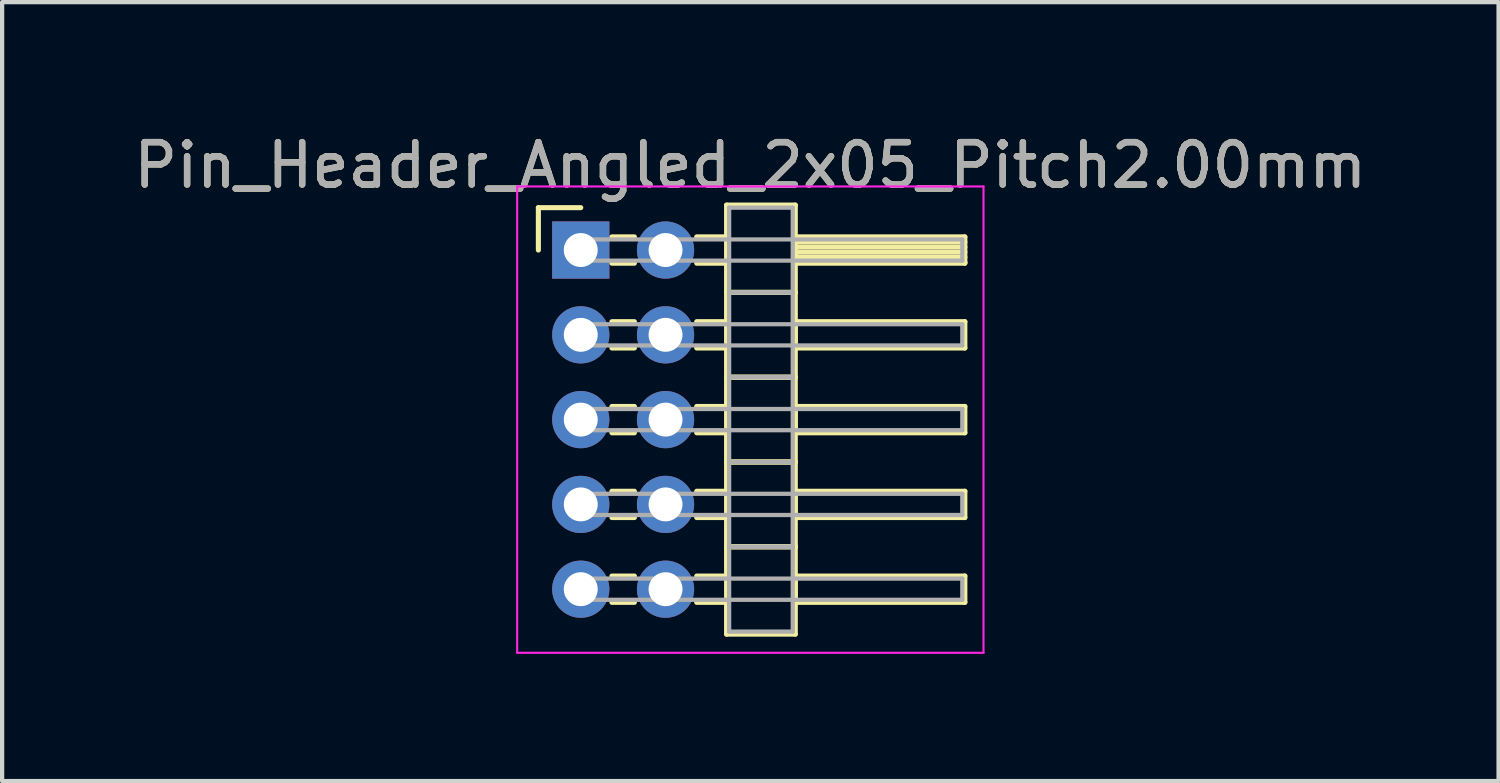
<source format=kicad_pcb>
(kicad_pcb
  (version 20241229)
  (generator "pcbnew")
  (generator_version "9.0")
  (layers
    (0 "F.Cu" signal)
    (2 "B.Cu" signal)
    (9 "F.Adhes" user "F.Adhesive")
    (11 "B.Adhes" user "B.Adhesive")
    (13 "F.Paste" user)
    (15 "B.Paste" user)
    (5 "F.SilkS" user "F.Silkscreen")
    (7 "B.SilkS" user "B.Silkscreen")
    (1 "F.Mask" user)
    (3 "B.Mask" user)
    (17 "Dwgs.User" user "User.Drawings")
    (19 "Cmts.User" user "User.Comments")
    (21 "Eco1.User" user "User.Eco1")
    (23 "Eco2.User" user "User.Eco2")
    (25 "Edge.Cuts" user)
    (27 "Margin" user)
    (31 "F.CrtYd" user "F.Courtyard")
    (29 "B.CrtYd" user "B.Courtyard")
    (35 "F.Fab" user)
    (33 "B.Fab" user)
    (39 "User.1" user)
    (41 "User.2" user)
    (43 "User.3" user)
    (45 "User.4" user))
  (footprint "Pin_Header_Angled_2x05_Pitch2.00mm"
    (layer "F.Cu")
    (at 10.649 2.848)
    (property "Reference" "Pin_Header_Angled_2x05_Pitch2.00mm" (at 4 -2 0) (layer "F.SilkS") (effects (font (size 1 1) (thickness 0.15))))
    (attr through_hole)
    (fp_line (start -1 -1) (end 0 -1) (stroke (width 0.12) (type solid)) (layer "F.SilkS"))
    (fp_line (start -1 0) (end -1 -1) (stroke (width 0.12) (type solid)) (layer "F.SilkS"))
    (fp_line (start 0.735 -0.31) (end 1.265 -0.31) (stroke (width 0.12) (type solid)) (layer "F.SilkS"))
    (fp_line (start 0.735 0.31) (end 1.265 0.31) (stroke (width 0.12) (type solid)) (layer "F.SilkS"))
    (fp_line (start 0.735 1.69) (end 1.265 1.69) (stroke (width 0.12) (type solid)) (layer "F.SilkS"))
    (fp_line (start 0.735 2.31) (end 1.265 2.31) (stroke (width 0.12) (type solid)) (layer "F.SilkS"))
    (fp_line (start 0.735 3.69) (end 1.265 3.69) (stroke (width 0.12) (type solid)) (layer "F.SilkS"))
    (fp_line (start 0.735 4.31) (end 1.265 4.31) (stroke (width 0.12) (type solid)) (layer "F.SilkS"))
    (fp_line (start 0.735 5.69) (end 1.265 5.69) (stroke (width 0.12) (type solid)) (layer "F.SilkS"))
    (fp_line (start 0.735 6.31) (end 1.265 6.31) (stroke (width 0.12) (type solid)) (layer "F.SilkS"))
    (fp_line (start 0.735 7.69) (end 1.265 7.69) (stroke (width 0.12) (type solid)) (layer "F.SilkS"))
    (fp_line (start 0.735 8.31) (end 1.265 8.31) (stroke (width 0.12) (type solid)) (layer "F.SilkS"))
    (fp_line (start 2.735 -0.31) (end 3.44 -0.31) (stroke (width 0.12) (type solid)) (layer "F.SilkS"))
    (fp_line (start 2.735 0.31) (end 3.44 0.31) (stroke (width 0.12) (type solid)) (layer "F.SilkS"))
    (fp_line (start 2.735 1.69) (end 3.44 1.69) (stroke (width 0.12) (type solid)) (layer "F.SilkS"))
    (fp_line (start 2.735 2.31) (end 3.44 2.31) (stroke (width 0.12) (type solid)) (layer "F.SilkS"))
    (fp_line (start 2.735 3.69) (end 3.44 3.69) (stroke (width 0.12) (type solid)) (layer "F.SilkS"))
    (fp_line (start 2.735 4.31) (end 3.44 4.31) (stroke (width 0.12) (type solid)) (layer "F.SilkS"))
    (fp_line (start 2.735 5.69) (end 3.44 5.69) (stroke (width 0.12) (type solid)) (layer "F.SilkS"))
    (fp_line (start 2.735 6.31) (end 3.44 6.31) (stroke (width 0.12) (type solid)) (layer "F.SilkS"))
    (fp_line (start 2.735 7.69) (end 3.44 7.69) (stroke (width 0.12) (type solid)) (layer "F.SilkS"))
    (fp_line (start 2.735 8.31) (end 3.44 8.31) (stroke (width 0.12) (type solid)) (layer "F.SilkS"))
    (fp_line (start 3.44 -1.06) (end 3.44 1) (stroke (width 0.12) (type solid)) (layer "F.SilkS"))
    (fp_line (start 3.44 1) (end 3.44 3) (stroke (width 0.12) (type solid)) (layer "F.SilkS"))
    (fp_line (start 3.44 1) (end 5.06 1) (stroke (width 0.12) (type solid)) (layer "F.SilkS"))
    (fp_line (start 3.44 3) (end 3.44 5) (stroke (width 0.12) (type solid)) (layer "F.SilkS"))
    (fp_line (start 3.44 3) (end 5.06 3) (stroke (width 0.12) (type solid)) (layer "F.SilkS"))
    (fp_line (start 3.44 5) (end 3.44 7) (stroke (width 0.12) (type solid)) (layer "F.SilkS"))
    (fp_line (start 3.44 5) (end 5.06 5) (stroke (width 0.12) (type solid)) (layer "F.SilkS"))
    (fp_line (start 3.44 7) (end 3.44 9.06) (stroke (width 0.12) (type solid)) (layer "F.SilkS"))
    (fp_line (start 3.44 7) (end 5.06 7) (stroke (width 0.12) (type solid)) (layer "F.SilkS"))
    (fp_line (start 3.44 9.06) (end 5.06 9.06) (stroke (width 0.12) (type solid)) (layer "F.SilkS"))
    (fp_line (start 5.06 -1.06) (end 3.44 -1.06) (stroke (width 0.12) (type solid)) (layer "F.SilkS"))
    (fp_line (start 5.06 -0.31) (end 5.06 0.31) (stroke (width 0.12) (type solid)) (layer "F.SilkS"))
    (fp_line (start 5.06 -0.19) (end 9.06 -0.19) (stroke (width 0.12) (type solid)) (layer "F.SilkS"))
    (fp_line (start 5.06 -0.07) (end 9.06 -0.07) (stroke (width 0.12) (type solid)) (layer "F.SilkS"))
    (fp_line (start 5.06 0.05) (end 9.06 0.05) (stroke (width 0.12) (type solid)) (layer "F.SilkS"))
    (fp_line (start 5.06 0.17) (end 9.06 0.17) (stroke (width 0.12) (type solid)) (layer "F.SilkS"))
    (fp_line (start 5.06 0.29) (end 9.06 0.29) (stroke (width 0.12) (type solid)) (layer "F.SilkS"))
    (fp_line (start 5.06 0.31) (end 9.06 0.31) (stroke (width 0.12) (type solid)) (layer "F.SilkS"))
    (fp_line (start 5.06 1) (end 3.44 1) (stroke (width 0.12) (type solid)) (layer "F.SilkS"))
    (fp_line (start 5.06 1) (end 5.06 -1.06) (stroke (width 0.12) (type solid)) (layer "F.SilkS"))
    (fp_line (start 5.06 1.69) (end 5.06 2.31) (stroke (width 0.12) (type solid)) (layer "F.SilkS"))
    (fp_line (start 5.06 2.31) (end 9.06 2.31) (stroke (width 0.12) (type solid)) (layer "F.SilkS"))
    (fp_line (start 5.06 3) (end 3.44 3) (stroke (width 0.12) (type solid)) (layer "F.SilkS"))
    (fp_line (start 5.06 3) (end 5.06 1) (stroke (width 0.12) (type solid)) (layer "F.SilkS"))
    (fp_line (start 5.06 3.69) (end 5.06 4.31) (stroke (width 0.12) (type solid)) (layer "F.SilkS"))
    (fp_line (start 5.06 4.31) (end 9.06 4.31) (stroke (width 0.12) (type solid)) (layer "F.SilkS"))
    (fp_line (start 5.06 5) (end 3.44 5) (stroke (width 0.12) (type solid)) (layer "F.SilkS"))
    (fp_line (start 5.06 5) (end 5.06 3) (stroke (width 0.12) (type solid)) (layer "F.SilkS"))
    (fp_line (start 5.06 5.69) (end 5.06 6.31) (stroke (width 0.12) (type solid)) (layer "F.SilkS"))
    (fp_line (start 5.06 6.31) (end 9.06 6.31) (stroke (width 0.12) (type solid)) (layer "F.SilkS"))
    (fp_line (start 5.06 7) (end 3.44 7) (stroke (width 0.12) (type solid)) (layer "F.SilkS"))
    (fp_line (start 5.06 7) (end 5.06 5) (stroke (width 0.12) (type solid)) (layer "F.SilkS"))
    (fp_line (start 5.06 7.69) (end 5.06 8.31) (stroke (width 0.12) (type solid)) (layer "F.SilkS"))
    (fp_line (start 5.06 8.31) (end 9.06 8.31) (stroke (width 0.12) (type solid)) (layer "F.SilkS"))
    (fp_line (start 5.06 9.06) (end 5.06 7) (stroke (width 0.12) (type solid)) (layer "F.SilkS"))
    (fp_line (start 9.06 -0.31) (end 5.06 -0.31) (stroke (width 0.12) (type solid)) (layer "F.SilkS"))
    (fp_line (start 9.06 0.31) (end 9.06 -0.31) (stroke (width 0.12) (type solid)) (layer "F.SilkS"))
    (fp_line (start 9.06 1.69) (end 5.06 1.69) (stroke (width 0.12) (type solid)) (layer "F.SilkS"))
    (fp_line (start 9.06 2.31) (end 9.06 1.69) (stroke (width 0.12) (type solid)) (layer "F.SilkS"))
    (fp_line (start 9.06 3.69) (end 5.06 3.69) (stroke (width 0.12) (type solid)) (layer "F.SilkS"))
    (fp_line (start 9.06 4.31) (end 9.06 3.69) (stroke (width 0.12) (type solid)) (layer "F.SilkS"))
    (fp_line (start 9.06 5.69) (end 5.06 5.69) (stroke (width 0.12) (type solid)) (layer "F.SilkS"))
    (fp_line (start 9.06 6.31) (end 9.06 5.69) (stroke (width 0.12) (type solid)) (layer "F.SilkS"))
    (fp_line (start 9.06 7.69) (end 5.06 7.69) (stroke (width 0.12) (type solid)) (layer "F.SilkS"))
    (fp_line (start 9.06 8.31) (end 9.06 7.69) (stroke (width 0.12) (type solid)) (layer "F.SilkS"))
    (fp_line (start -1.5 -1.5) (end -1.5 9.5) (stroke (width 0.05) (type solid)) (layer "F.CrtYd"))
    (fp_line (start -1.5 9.5) (end 9.5 9.5) (stroke (width 0.05) (type solid)) (layer "F.CrtYd"))
    (fp_line (start 9.5 -1.5) (end -1.5 -1.5) (stroke (width 0.05) (type solid)) (layer "F.CrtYd"))
    (fp_line (start 9.5 9.5) (end 9.5 -1.5) (stroke (width 0.05) (type solid)) (layer "F.CrtYd"))
    (fp_line (start 0 -0.25) (end 0 0.25) (stroke (width 0.1) (type solid)) (layer "F.Fab"))
    (fp_line (start 0 0.25) (end 9 0.25) (stroke (width 0.1) (type solid)) (layer "F.Fab"))
    (fp_line (start 0 1.75) (end 0 2.25) (stroke (width 0.1) (type solid)) (layer "F.Fab"))
    (fp_line (start 0 2.25) (end 9 2.25) (stroke (width 0.1) (type solid)) (layer "F.Fab"))
    (fp_line (start 0 3.75) (end 0 4.25) (stroke (width 0.1) (type solid)) (layer "F.Fab"))
    (fp_line (start 0 4.25) (end 9 4.25) (stroke (width 0.1) (type solid)) (layer "F.Fab"))
    (fp_line (start 0 5.75) (end 0 6.25) (stroke (width 0.1) (type solid)) (layer "F.Fab"))
    (fp_line (start 0 6.25) (end 9 6.25) (stroke (width 0.1) (type solid)) (layer "F.Fab"))
    (fp_line (start 0 7.75) (end 0 8.25) (stroke (width 0.1) (type solid)) (layer "F.Fab"))
    (fp_line (start 0 8.25) (end 9 8.25) (stroke (width 0.1) (type solid)) (layer "F.Fab"))
    (fp_line (start 3.5 -1) (end 3.5 1) (stroke (width 0.1) (type solid)) (layer "F.Fab"))
    (fp_line (start 3.5 1) (end 3.5 3) (stroke (width 0.1) (type solid)) (layer "F.Fab"))
    (fp_line (start 3.5 1) (end 5 1) (stroke (width 0.1) (type solid)) (layer "F.Fab"))
    (fp_line (start 3.5 3) (end 3.5 5) (stroke (width 0.1) (type solid)) (layer "F.Fab"))
    (fp_line (start 3.5 3) (end 5 3) (stroke (width 0.1) (type solid)) (layer "F.Fab"))
    (fp_line (start 3.5 5) (end 3.5 7) (stroke (width 0.1) (type solid)) (layer "F.Fab"))
    (fp_line (start 3.5 5) (end 5 5) (stroke (width 0.1) (type solid)) (layer "F.Fab"))
    (fp_line (start 3.5 7) (end 3.5 9) (stroke (width 0.1) (type solid)) (layer "F.Fab"))
    (fp_line (start 3.5 7) (end 5 7) (stroke (width 0.1) (type solid)) (layer "F.Fab"))
    (fp_line (start 3.5 9) (end 5 9) (stroke (width 0.1) (type solid)) (layer "F.Fab"))
    (fp_line (start 5 -1) (end 3.5 -1) (stroke (width 0.1) (type solid)) (layer "F.Fab"))
    (fp_line (start 5 1) (end 3.5 1) (stroke (width 0.1) (type solid)) (layer "F.Fab"))
    (fp_line (start 5 1) (end 5 -1) (stroke (width 0.1) (type solid)) (layer "F.Fab"))
    (fp_line (start 5 3) (end 3.5 3) (stroke (width 0.1) (type solid)) (layer "F.Fab"))
    (fp_line (start 5 3) (end 5 1) (stroke (width 0.1) (type solid)) (layer "F.Fab"))
    (fp_line (start 5 5) (end 3.5 5) (stroke (width 0.1) (type solid)) (layer "F.Fab"))
    (fp_line (start 5 5) (end 5 3) (stroke (width 0.1) (type solid)) (layer "F.Fab"))
    (fp_line (start 5 7) (end 3.5 7) (stroke (width 0.1) (type solid)) (layer "F.Fab"))
    (fp_line (start 5 7) (end 5 5) (stroke (width 0.1) (type solid)) (layer "F.Fab"))
    (fp_line (start 5 9) (end 5 7) (stroke (width 0.1) (type solid)) (layer "F.Fab"))
    (fp_line (start 9 -0.25) (end 0 -0.25) (stroke (width 0.1) (type solid)) (layer "F.Fab"))
    (fp_line (start 9 0.25) (end 9 -0.25) (stroke (width 0.1) (type solid)) (layer "F.Fab"))
    (fp_line (start 9 1.75) (end 0 1.75) (stroke (width 0.1) (type solid)) (layer "F.Fab"))
    (fp_line (start 9 2.25) (end 9 1.75) (stroke (width 0.1) (type solid)) (layer "F.Fab"))
    (fp_line (start 9 3.75) (end 0 3.75) (stroke (width 0.1) (type solid)) (layer "F.Fab"))
    (fp_line (start 9 4.25) (end 9 3.75) (stroke (width 0.1) (type solid)) (layer "F.Fab"))
    (fp_line (start 9 5.75) (end 0 5.75) (stroke (width 0.1) (type solid)) (layer "F.Fab"))
    (fp_line (start 9 6.25) (end 9 5.75) (stroke (width 0.1) (type solid)) (layer "F.Fab"))
    (fp_line (start 9 7.75) (end 0 7.75) (stroke (width 0.1) (type solid)) (layer "F.Fab"))
    (fp_line (start 9 8.25) (end 9 7.75) (stroke (width 0.1) (type solid)) (layer "F.Fab"))
    (fp_text user "${REFERENCE}" (at 4 -2 0) (layer "F.Fab") (effects (font (size 1 1) (thickness 0.15))))
    (pad "1" thru_hole rect (at 0 0) (size 1.35 1.35) (drill 0.8) (layers "*.Cu" "*.Mask"))
    (pad "2" thru_hole oval (at 2 0) (size 1.35 1.35) (drill 0.8) (layers "*.Cu" "*.Mask"))
    (pad "3" thru_hole oval (at 0 2) (size 1.35 1.35) (drill 0.8) (layers "*.Cu" "*.Mask"))
    (pad "4" thru_hole oval (at 2 2) (size 1.35 1.35) (drill 0.8) (layers "*.Cu" "*.Mask"))
    (pad "5" thru_hole oval (at 0 4) (size 1.35 1.35) (drill 0.8) (layers "*.Cu" "*.Mask"))
    (pad "6" thru_hole oval (at 2 4) (size 1.35 1.35) (drill 0.8) (layers "*.Cu" "*.Mask"))
    (pad "7" thru_hole oval (at 0 6) (size 1.35 1.35) (drill 0.8) (layers "*.Cu" "*.Mask"))
    (pad "8" thru_hole oval (at 2 6) (size 1.35 1.35) (drill 0.8) (layers "*.Cu" "*.Mask"))
    (pad "9" thru_hole oval (at 0 8) (size 1.35 1.35) (drill 0.8) (layers "*.Cu" "*.Mask"))
    (pad "10" thru_hole oval (at 2 8) (size 1.35 1.35) (drill 0.8) (layers "*.Cu" "*.Mask")))
  (gr_rect
    (start -3 -3)
    (end 32.298 15.373)
    (stroke (width 0.1) (type default))
    (fill no)
    (layer "Edge.Cuts")))
</source>
